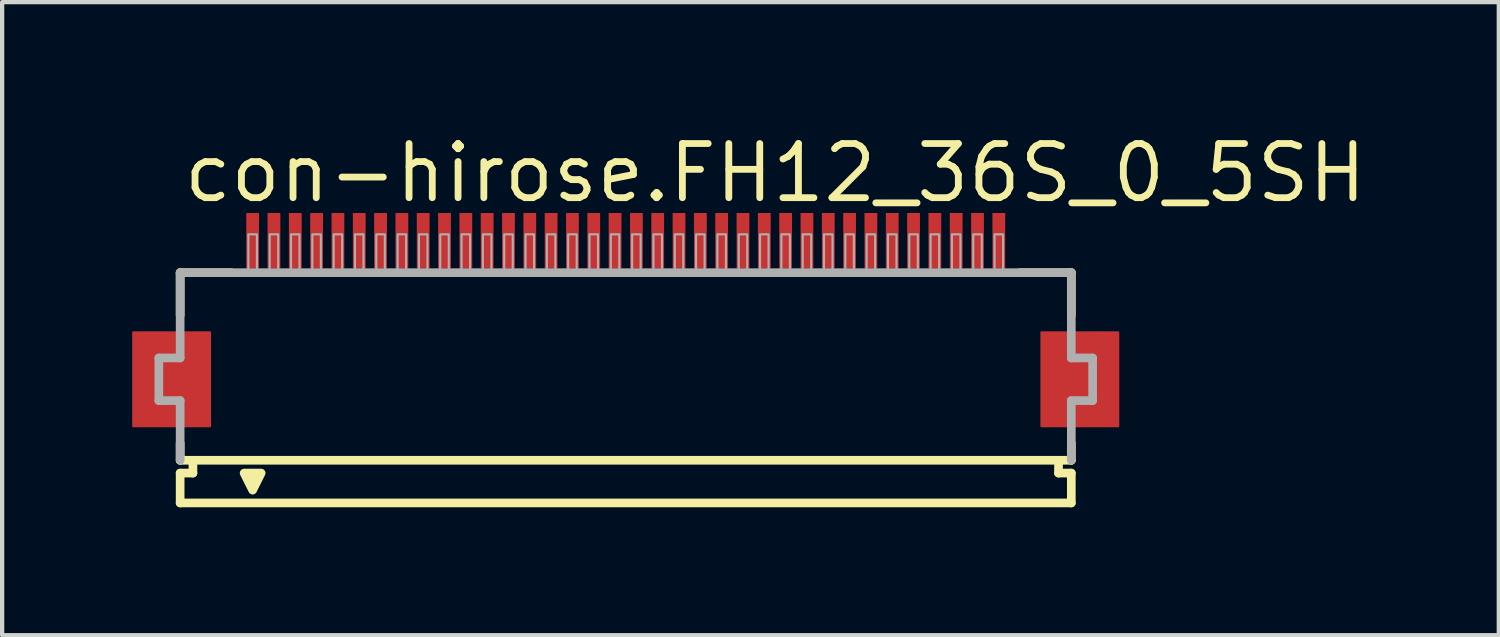
<source format=kicad_pcb>
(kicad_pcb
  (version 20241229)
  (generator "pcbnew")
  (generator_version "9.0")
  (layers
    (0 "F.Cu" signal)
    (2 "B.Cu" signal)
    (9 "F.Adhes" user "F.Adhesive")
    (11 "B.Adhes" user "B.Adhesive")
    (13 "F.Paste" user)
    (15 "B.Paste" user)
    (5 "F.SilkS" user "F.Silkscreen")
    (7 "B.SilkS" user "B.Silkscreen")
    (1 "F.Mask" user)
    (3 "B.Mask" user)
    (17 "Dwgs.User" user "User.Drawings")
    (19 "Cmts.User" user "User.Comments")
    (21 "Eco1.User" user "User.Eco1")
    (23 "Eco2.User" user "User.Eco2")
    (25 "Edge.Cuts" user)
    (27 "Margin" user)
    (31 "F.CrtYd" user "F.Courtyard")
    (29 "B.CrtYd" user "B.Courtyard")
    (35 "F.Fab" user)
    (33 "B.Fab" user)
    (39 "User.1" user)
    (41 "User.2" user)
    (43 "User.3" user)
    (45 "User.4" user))
  (footprint "con-hirose.FH12_36S_0_5SH"
    (layer "F.Cu")
    (at 11.625 5.845)
    (property "Reference" "con-hirose.FH12_36S_0_5SH" (at -10.448 -4.095 0) (layer "F.SilkS") (effects (font (size 1.27 1.27) (thickness 0.16)) (justify left bottom)))
    (attr smd)
    (fp_rect (start -11.55 1.1) (end -9.75 -1.1) (stroke (width 0.05) (type default)) (fill yes) (layer "F.Cu"))
    (fp_rect (start 9.75 1.1) (end 11.55 -1.1) (stroke (width 0.05) (type default)) (fill yes) (layer "F.Cu"))
    (fp_rect (start -11.6 1.175) (end -9.7 -1.175) (stroke (width 0.05) (type default)) (fill yes) (layer "F.Mask"))
    (fp_rect (start -8.95 -2.55) (end -8.55 -3.95) (stroke (width 0.05) (type default)) (fill yes) (layer "F.Mask"))
    (fp_rect (start -8.45 -2.55) (end -8.05 -3.95) (stroke (width 0.05) (type default)) (fill yes) (layer "F.Mask"))
    (fp_rect (start -7.95 -2.55) (end -7.55 -3.95) (stroke (width 0.05) (type default)) (fill yes) (layer "F.Mask"))
    (fp_rect (start -7.45 -2.55) (end -7.05 -3.95) (stroke (width 0.05) (type default)) (fill yes) (layer "F.Mask"))
    (fp_rect (start -6.95 -2.55) (end -6.55 -3.95) (stroke (width 0.05) (type default)) (fill yes) (layer "F.Mask"))
    (fp_rect (start -6.45 -2.55) (end -6.05 -3.95) (stroke (width 0.05) (type default)) (fill yes) (layer "F.Mask"))
    (fp_rect (start -5.95 -2.55) (end -5.55 -3.95) (stroke (width 0.05) (type default)) (fill yes) (layer "F.Mask"))
    (fp_rect (start -5.45 -2.55) (end -5.05 -3.95) (stroke (width 0.05) (type default)) (fill yes) (layer "F.Mask"))
    (fp_rect (start -4.95 -2.55) (end -4.55 -3.95) (stroke (width 0.05) (type default)) (fill yes) (layer "F.Mask"))
    (fp_rect (start -4.45 -2.55) (end -4.05 -3.95) (stroke (width 0.05) (type default)) (fill yes) (layer "F.Mask"))
    (fp_rect (start -3.95 -2.55) (end -3.55 -3.95) (stroke (width 0.05) (type default)) (fill yes) (layer "F.Mask"))
    (fp_rect (start -3.45 -2.55) (end -3.05 -3.95) (stroke (width 0.05) (type default)) (fill yes) (layer "F.Mask"))
    (fp_rect (start -2.95 -2.55) (end -2.55 -3.95) (stroke (width 0.05) (type default)) (fill yes) (layer "F.Mask"))
    (fp_rect (start -2.45 -2.55) (end -2.05 -3.95) (stroke (width 0.05) (type default)) (fill yes) (layer "F.Mask"))
    (fp_rect (start -1.95 -2.55) (end -1.55 -3.95) (stroke (width 0.05) (type default)) (fill yes) (layer "F.Mask"))
    (fp_rect (start -1.45 -2.55) (end -1.05 -3.95) (stroke (width 0.05) (type default)) (fill yes) (layer "F.Mask"))
    (fp_rect (start -0.95 -2.55) (end -0.55 -3.95) (stroke (width 0.05) (type default)) (fill yes) (layer "F.Mask"))
    (fp_rect (start -0.45 -2.55) (end -0.05 -3.95) (stroke (width 0.05) (type default)) (fill yes) (layer "F.Mask"))
    (fp_rect (start 0.05 -2.55) (end 0.45 -3.95) (stroke (width 0.05) (type default)) (fill yes) (layer "F.Mask"))
    (fp_rect (start 0.55 -2.55) (end 0.95 -3.95) (stroke (width 0.05) (type default)) (fill yes) (layer "F.Mask"))
    (fp_rect (start 1.05 -2.55) (end 1.45 -3.95) (stroke (width 0.05) (type default)) (fill yes) (layer "F.Mask"))
    (fp_rect (start 1.55 -2.55) (end 1.95 -3.95) (stroke (width 0.05) (type default)) (fill yes) (layer "F.Mask"))
    (fp_rect (start 2.05 -2.55) (end 2.45 -3.95) (stroke (width 0.05) (type default)) (fill yes) (layer "F.Mask"))
    (fp_rect (start 2.55 -2.55) (end 2.95 -3.95) (stroke (width 0.05) (type default)) (fill yes) (layer "F.Mask"))
    (fp_rect (start 3.05 -2.55) (end 3.45 -3.95) (stroke (width 0.05) (type default)) (fill yes) (layer "F.Mask"))
    (fp_rect (start 3.55 -2.55) (end 3.95 -3.95) (stroke (width 0.05) (type default)) (fill yes) (layer "F.Mask"))
    (fp_rect (start 4.05 -2.55) (end 4.45 -3.95) (stroke (width 0.05) (type default)) (fill yes) (layer "F.Mask"))
    (fp_rect (start 4.55 -2.55) (end 4.95 -3.95) (stroke (width 0.05) (type default)) (fill yes) (layer "F.Mask"))
    (fp_rect (start 5.05 -2.55) (end 5.45 -3.95) (stroke (width 0.05) (type default)) (fill yes) (layer "F.Mask"))
    (fp_rect (start 5.55 -2.55) (end 5.95 -3.95) (stroke (width 0.05) (type default)) (fill yes) (layer "F.Mask"))
    (fp_rect (start 6.05 -2.55) (end 6.45 -3.95) (stroke (width 0.05) (type default)) (fill yes) (layer "F.Mask"))
    (fp_rect (start 6.55 -2.55) (end 6.95 -3.95) (stroke (width 0.05) (type default)) (fill yes) (layer "F.Mask"))
    (fp_rect (start 7.05 -2.55) (end 7.45 -3.95) (stroke (width 0.05) (type default)) (fill yes) (layer "F.Mask"))
    (fp_rect (start 7.55 -2.55) (end 7.95 -3.95) (stroke (width 0.05) (type default)) (fill yes) (layer "F.Mask"))
    (fp_rect (start 8.05 -2.55) (end 8.45 -3.95) (stroke (width 0.05) (type default)) (fill yes) (layer "F.Mask"))
    (fp_rect (start 8.55 -2.55) (end 8.95 -3.95) (stroke (width 0.05) (type default)) (fill yes) (layer "F.Mask"))
    (fp_rect (start 9.7 1.175) (end 11.6 -1.175) (stroke (width 0.05) (type default)) (fill yes) (layer "F.Mask"))
    (fp_line (start -10.45 -2.5) (end -10.45 -1.5) (stroke (width 0.203) (type default)) (layer "F.SilkS"))
    (fp_line (start -10.45 1.5) (end -10.45 1.9) (stroke (width 0.203) (type default)) (layer "F.SilkS"))
    (fp_line (start -10.45 1.9) (end -10.15 1.9) (stroke (width 0.203) (type default)) (layer "F.SilkS"))
    (fp_line (start -10.45 2.2) (end -10.45 2.9) (stroke (width 0.203) (type default)) (layer "F.SilkS"))
    (fp_line (start -10.15 1.9) (end -10.15 2.2) (stroke (width 0.203) (type default)) (layer "F.SilkS"))
    (fp_line (start -10.15 2.2) (end -10.45 2.2) (stroke (width 0.203) (type default)) (layer "F.SilkS"))
    (fp_line (start -9.25 -2.5) (end -10.45 -2.5) (stroke (width 0.203) (type default)) (layer "F.SilkS"))
    (fp_line (start 10.15 1.9) (end -10.15 1.9) (stroke (width 0.203) (type default)) (layer "F.SilkS"))
    (fp_line (start 10.15 1.9) (end 10.45 1.9) (stroke (width 0.203) (type default)) (layer "F.SilkS"))
    (fp_line (start 10.15 2.2) (end 10.15 1.9) (stroke (width 0.203) (type default)) (layer "F.SilkS"))
    (fp_line (start 10.45 -2.5) (end 9.25 -2.5) (stroke (width 0.203) (type default)) (layer "F.SilkS"))
    (fp_line (start 10.45 -1.5) (end 10.45 -2.5) (stroke (width 0.203) (type default)) (layer "F.SilkS"))
    (fp_line (start 10.45 1.9) (end 10.45 1.5) (stroke (width 0.203) (type default)) (layer "F.SilkS"))
    (fp_line (start 10.45 2.2) (end 10.15 2.2) (stroke (width 0.203) (type default)) (layer "F.SilkS"))
    (fp_line (start 10.45 2.9) (end -10.45 2.9) (stroke (width 0.203) (type default)) (layer "F.SilkS"))
    (fp_line (start 10.45 2.9) (end 10.45 2.2) (stroke (width 0.203) (type default)) (layer "F.SilkS"))
    (fp_poly (pts (xy -8.95 2.2) (xy -8.75 2.6) (xy -8.55 2.2)) (stroke (width 0.203) (type default)) (fill yes) (layer "F.SilkS"))
    (fp_rect (start -11.475 1.025) (end -9.825 -1.025) (stroke (width 0.05) (type default)) (fill yes) (layer "F.Paste"))
    (fp_rect (start -8.875 -2.625) (end -8.625 -3.875) (stroke (width 0.05) (type default)) (fill yes) (layer "F.Paste"))
    (fp_rect (start -8.375 -2.625) (end -8.125 -3.875) (stroke (width 0.05) (type default)) (fill yes) (layer "F.Paste"))
    (fp_rect (start -7.875 -2.625) (end -7.625 -3.875) (stroke (width 0.05) (type default)) (fill yes) (layer "F.Paste"))
    (fp_rect (start -7.375 -2.625) (end -7.125 -3.875) (stroke (width 0.05) (type default)) (fill yes) (layer "F.Paste"))
    (fp_rect (start -6.875 -2.625) (end -6.625 -3.875) (stroke (width 0.05) (type default)) (fill yes) (layer "F.Paste"))
    (fp_rect (start -6.375 -2.625) (end -6.125 -3.875) (stroke (width 0.05) (type default)) (fill yes) (layer "F.Paste"))
    (fp_rect (start -5.875 -2.625) (end -5.625 -3.875) (stroke (width 0.05) (type default)) (fill yes) (layer "F.Paste"))
    (fp_rect (start -5.375 -2.625) (end -5.125 -3.875) (stroke (width 0.05) (type default)) (fill yes) (layer "F.Paste"))
    (fp_rect (start -4.875 -2.625) (end -4.625 -3.875) (stroke (width 0.05) (type default)) (fill yes) (layer "F.Paste"))
    (fp_rect (start -4.375 -2.625) (end -4.125 -3.875) (stroke (width 0.05) (type default)) (fill yes) (layer "F.Paste"))
    (fp_rect (start -3.875 -2.625) (end -3.625 -3.875) (stroke (width 0.05) (type default)) (fill yes) (layer "F.Paste"))
    (fp_rect (start -3.375 -2.625) (end -3.125 -3.875) (stroke (width 0.05) (type default)) (fill yes) (layer "F.Paste"))
    (fp_rect (start -2.875 -2.625) (end -2.625 -3.875) (stroke (width 0.05) (type default)) (fill yes) (layer "F.Paste"))
    (fp_rect (start -2.375 -2.625) (end -2.125 -3.875) (stroke (width 0.05) (type default)) (fill yes) (layer "F.Paste"))
    (fp_rect (start -1.875 -2.625) (end -1.625 -3.875) (stroke (width 0.05) (type default)) (fill yes) (layer "F.Paste"))
    (fp_rect (start -1.375 -2.625) (end -1.125 -3.875) (stroke (width 0.05) (type default)) (fill yes) (layer "F.Paste"))
    (fp_rect (start -0.875 -2.625) (end -0.625 -3.875) (stroke (width 0.05) (type default)) (fill yes) (layer "F.Paste"))
    (fp_rect (start -0.375 -2.625) (end -0.125 -3.875) (stroke (width 0.05) (type default)) (fill yes) (layer "F.Paste"))
    (fp_rect (start 0.125 -2.625) (end 0.375 -3.875) (stroke (width 0.05) (type default)) (fill yes) (layer "F.Paste"))
    (fp_rect (start 0.625 -2.625) (end 0.875 -3.875) (stroke (width 0.05) (type default)) (fill yes) (layer "F.Paste"))
    (fp_rect (start 1.125 -2.625) (end 1.375 -3.875) (stroke (width 0.05) (type default)) (fill yes) (layer "F.Paste"))
    (fp_rect (start 1.625 -2.625) (end 1.875 -3.875) (stroke (width 0.05) (type default)) (fill yes) (layer "F.Paste"))
    (fp_rect (start 2.125 -2.625) (end 2.375 -3.875) (stroke (width 0.05) (type default)) (fill yes) (layer "F.Paste"))
    (fp_rect (start 2.625 -2.625) (end 2.875 -3.875) (stroke (width 0.05) (type default)) (fill yes) (layer "F.Paste"))
    (fp_rect (start 3.125 -2.625) (end 3.375 -3.875) (stroke (width 0.05) (type default)) (fill yes) (layer "F.Paste"))
    (fp_rect (start 3.625 -2.625) (end 3.875 -3.875) (stroke (width 0.05) (type default)) (fill yes) (layer "F.Paste"))
    (fp_rect (start 4.125 -2.625) (end 4.375 -3.875) (stroke (width 0.05) (type default)) (fill yes) (layer "F.Paste"))
    (fp_rect (start 4.625 -2.625) (end 4.875 -3.875) (stroke (width 0.05) (type default)) (fill yes) (layer "F.Paste"))
    (fp_rect (start 5.125 -2.625) (end 5.375 -3.875) (stroke (width 0.05) (type default)) (fill yes) (layer "F.Paste"))
    (fp_rect (start 5.625 -2.625) (end 5.875 -3.875) (stroke (width 0.05) (type default)) (fill yes) (layer "F.Paste"))
    (fp_rect (start 6.125 -2.625) (end 6.375 -3.875) (stroke (width 0.05) (type default)) (fill yes) (layer "F.Paste"))
    (fp_rect (start 6.625 -2.625) (end 6.875 -3.875) (stroke (width 0.05) (type default)) (fill yes) (layer "F.Paste"))
    (fp_rect (start 7.125 -2.625) (end 7.375 -3.875) (stroke (width 0.05) (type default)) (fill yes) (layer "F.Paste"))
    (fp_rect (start 7.625 -2.625) (end 7.875 -3.875) (stroke (width 0.05) (type default)) (fill yes) (layer "F.Paste"))
    (fp_rect (start 8.125 -2.625) (end 8.375 -3.875) (stroke (width 0.05) (type default)) (fill yes) (layer "F.Paste"))
    (fp_rect (start 8.625 -2.625) (end 8.875 -3.875) (stroke (width 0.05) (type default)) (fill yes) (layer "F.Paste"))
    (fp_rect (start 9.825 1.025) (end 11.475 -1.025) (stroke (width 0.05) (type default)) (fill yes) (layer "F.Paste"))
    (fp_line (start -10.95 -0.5) (end -10.95 0.5) (stroke (width 0.203) (type default)) (layer "F.Fab"))
    (fp_line (start -10.95 0.5) (end -10.45 0.5) (stroke (width 0.203) (type default)) (layer "F.Fab"))
    (fp_line (start -10.45 -2.5) (end -10.45 -0.5) (stroke (width 0.203) (type default)) (layer "F.Fab"))
    (fp_line (start -10.45 -0.5) (end -10.95 -0.5) (stroke (width 0.203) (type default)) (layer "F.Fab"))
    (fp_line (start -10.45 0.5) (end -10.45 1.9) (stroke (width 0.203) (type default)) (layer "F.Fab"))
    (fp_line (start 10.45 -2.5) (end -10.45 -2.5) (stroke (width 0.203) (type default)) (layer "F.Fab"))
    (fp_line (start 10.45 -0.5) (end 10.45 -2.5) (stroke (width 0.203) (type default)) (layer "F.Fab"))
    (fp_line (start 10.45 0.5) (end 10.95 0.5) (stroke (width 0.203) (type default)) (layer "F.Fab"))
    (fp_line (start 10.45 1.9) (end 10.45 0.5) (stroke (width 0.203) (type default)) (layer "F.Fab"))
    (fp_line (start 10.95 -0.5) (end 10.45 -0.5) (stroke (width 0.203) (type default)) (layer "F.Fab"))
    (fp_line (start 10.95 0.5) (end 10.95 -0.5) (stroke (width 0.203) (type default)) (layer "F.Fab"))
    (fp_rect (start -8.85 -2.55) (end -8.65 -3.4) (stroke (width 0.05) (type default)) (fill no) (layer "F.Fab"))
    (fp_rect (start -8.35 -2.55) (end -8.15 -3.4) (stroke (width 0.05) (type default)) (fill no) (layer "F.Fab"))
    (fp_rect (start -7.85 -2.55) (end -7.65 -3.4) (stroke (width 0.05) (type default)) (fill no) (layer "F.Fab"))
    (fp_rect (start -7.35 -2.55) (end -7.15 -3.4) (stroke (width 0.05) (type default)) (fill no) (layer "F.Fab"))
    (fp_rect (start -6.85 -2.55) (end -6.65 -3.4) (stroke (width 0.05) (type default)) (fill no) (layer "F.Fab"))
    (fp_rect (start -6.35 -2.55) (end -6.15 -3.4) (stroke (width 0.05) (type default)) (fill no) (layer "F.Fab"))
    (fp_rect (start -5.85 -2.55) (end -5.65 -3.4) (stroke (width 0.05) (type default)) (fill no) (layer "F.Fab"))
    (fp_rect (start -5.35 -2.55) (end -5.15 -3.4) (stroke (width 0.05) (type default)) (fill no) (layer "F.Fab"))
    (fp_rect (start -4.85 -2.55) (end -4.65 -3.4) (stroke (width 0.05) (type default)) (fill no) (layer "F.Fab"))
    (fp_rect (start -4.35 -2.55) (end -4.15 -3.4) (stroke (width 0.05) (type default)) (fill no) (layer "F.Fab"))
    (fp_rect (start -3.85 -2.55) (end -3.65 -3.4) (stroke (width 0.05) (type default)) (fill no) (layer "F.Fab"))
    (fp_rect (start -3.35 -2.55) (end -3.15 -3.4) (stroke (width 0.05) (type default)) (fill no) (layer "F.Fab"))
    (fp_rect (start -2.85 -2.55) (end -2.65 -3.4) (stroke (width 0.05) (type default)) (fill no) (layer "F.Fab"))
    (fp_rect (start -2.35 -2.55) (end -2.15 -3.4) (stroke (width 0.05) (type default)) (fill no) (layer "F.Fab"))
    (fp_rect (start -1.85 -2.55) (end -1.65 -3.4) (stroke (width 0.05) (type default)) (fill no) (layer "F.Fab"))
    (fp_rect (start -1.35 -2.55) (end -1.15 -3.4) (stroke (width 0.05) (type default)) (fill no) (layer "F.Fab"))
    (fp_rect (start -0.85 -2.55) (end -0.65 -3.4) (stroke (width 0.05) (type default)) (fill no) (layer "F.Fab"))
    (fp_rect (start -0.35 -2.55) (end -0.15 -3.4) (stroke (width 0.05) (type default)) (fill no) (layer "F.Fab"))
    (fp_rect (start 0.15 -2.55) (end 0.35 -3.4) (stroke (width 0.05) (type default)) (fill no) (layer "F.Fab"))
    (fp_rect (start 0.65 -2.55) (end 0.85 -3.4) (stroke (width 0.05) (type default)) (fill no) (layer "F.Fab"))
    (fp_rect (start 1.15 -2.55) (end 1.35 -3.4) (stroke (width 0.05) (type default)) (fill no) (layer "F.Fab"))
    (fp_rect (start 1.65 -2.55) (end 1.85 -3.4) (stroke (width 0.05) (type default)) (fill no) (layer "F.Fab"))
    (fp_rect (start 2.15 -2.55) (end 2.35 -3.4) (stroke (width 0.05) (type default)) (fill no) (layer "F.Fab"))
    (fp_rect (start 2.65 -2.55) (end 2.85 -3.4) (stroke (width 0.05) (type default)) (fill no) (layer "F.Fab"))
    (fp_rect (start 3.15 -2.55) (end 3.35 -3.4) (stroke (width 0.05) (type default)) (fill no) (layer "F.Fab"))
    (fp_rect (start 3.65 -2.55) (end 3.85 -3.4) (stroke (width 0.05) (type default)) (fill no) (layer "F.Fab"))
    (fp_rect (start 4.15 -2.55) (end 4.35 -3.4) (stroke (width 0.05) (type default)) (fill no) (layer "F.Fab"))
    (fp_rect (start 4.65 -2.55) (end 4.85 -3.4) (stroke (width 0.05) (type default)) (fill no) (layer "F.Fab"))
    (fp_rect (start 5.15 -2.55) (end 5.35 -3.4) (stroke (width 0.05) (type default)) (fill no) (layer "F.Fab"))
    (fp_rect (start 5.65 -2.55) (end 5.85 -3.4) (stroke (width 0.05) (type default)) (fill no) (layer "F.Fab"))
    (fp_rect (start 6.15 -2.55) (end 6.35 -3.4) (stroke (width 0.05) (type default)) (fill no) (layer "F.Fab"))
    (fp_rect (start 6.65 -2.55) (end 6.85 -3.4) (stroke (width 0.05) (type default)) (fill no) (layer "F.Fab"))
    (fp_rect (start 7.15 -2.55) (end 7.35 -3.4) (stroke (width 0.05) (type default)) (fill no) (layer "F.Fab"))
    (fp_rect (start 7.65 -2.55) (end 7.85 -3.4) (stroke (width 0.05) (type default)) (fill no) (layer "F.Fab"))
    (fp_rect (start 8.15 -2.55) (end 8.35 -3.4) (stroke (width 0.05) (type default)) (fill no) (layer "F.Fab"))
    (fp_rect (start 8.65 -2.55) (end 8.85 -3.4) (stroke (width 0.05) (type default)) (fill no) (layer "F.Fab"))
    (pad "1" smd roundrect (at -8.75 -3.25) (size 0.3 1.3) (layers "F.Cu" "F.Mask" "F.Paste") (roundrect_rratio 0.01))
    (pad "2" smd roundrect (at -8.25 -3.25) (size 0.3 1.3) (layers "F.Cu" "F.Mask" "F.Paste") (roundrect_rratio 0.01))
    (pad "3" smd roundrect (at -7.75 -3.25) (size 0.3 1.3) (layers "F.Cu" "F.Mask" "F.Paste") (roundrect_rratio 0.01))
    (pad "4" smd roundrect (at -7.25 -3.25) (size 0.3 1.3) (layers "F.Cu" "F.Mask" "F.Paste") (roundrect_rratio 0.01))
    (pad "5" smd roundrect (at -6.75 -3.25) (size 0.3 1.3) (layers "F.Cu" "F.Mask" "F.Paste") (roundrect_rratio 0.01))
    (pad "6" smd roundrect (at -6.25 -3.25) (size 0.3 1.3) (layers "F.Cu" "F.Mask" "F.Paste") (roundrect_rratio 0.01))
    (pad "7" smd roundrect (at -5.75 -3.25) (size 0.3 1.3) (layers "F.Cu" "F.Mask" "F.Paste") (roundrect_rratio 0.01))
    (pad "8" smd roundrect (at -5.25 -3.25) (size 0.3 1.3) (layers "F.Cu" "F.Mask" "F.Paste") (roundrect_rratio 0.01))
    (pad "9" smd roundrect (at -4.75 -3.25) (size 0.3 1.3) (layers "F.Cu" "F.Mask" "F.Paste") (roundrect_rratio 0.01))
    (pad "10" smd roundrect (at -4.25 -3.25) (size 0.3 1.3) (layers "F.Cu" "F.Mask" "F.Paste") (roundrect_rratio 0.01))
    (pad "11" smd roundrect (at -3.75 -3.25) (size 0.3 1.3) (layers "F.Cu" "F.Mask" "F.Paste") (roundrect_rratio 0.01))
    (pad "12" smd roundrect (at -3.25 -3.25) (size 0.3 1.3) (layers "F.Cu" "F.Mask" "F.Paste") (roundrect_rratio 0.01))
    (pad "13" smd roundrect (at -2.75 -3.25) (size 0.3 1.3) (layers "F.Cu" "F.Mask" "F.Paste") (roundrect_rratio 0.01))
    (pad "14" smd roundrect (at -2.25 -3.25) (size 0.3 1.3) (layers "F.Cu" "F.Mask" "F.Paste") (roundrect_rratio 0.01))
    (pad "15" smd roundrect (at -1.75 -3.25) (size 0.3 1.3) (layers "F.Cu" "F.Mask" "F.Paste") (roundrect_rratio 0.01))
    (pad "16" smd roundrect (at -1.25 -3.25) (size 0.3 1.3) (layers "F.Cu" "F.Mask" "F.Paste") (roundrect_rratio 0.01))
    (pad "17" smd roundrect (at -0.75 -3.25) (size 0.3 1.3) (layers "F.Cu" "F.Mask" "F.Paste") (roundrect_rratio 0.01))
    (pad "18" smd roundrect (at -0.25 -3.25) (size 0.3 1.3) (layers "F.Cu" "F.Mask" "F.Paste") (roundrect_rratio 0.01))
    (pad "19" smd roundrect (at 0.25 -3.25) (size 0.3 1.3) (layers "F.Cu" "F.Mask" "F.Paste") (roundrect_rratio 0.01))
    (pad "20" smd roundrect (at 0.75 -3.25) (size 0.3 1.3) (layers "F.Cu" "F.Mask" "F.Paste") (roundrect_rratio 0.01))
    (pad "21" smd roundrect (at 1.25 -3.25) (size 0.3 1.3) (layers "F.Cu" "F.Mask" "F.Paste") (roundrect_rratio 0.01))
    (pad "22" smd roundrect (at 1.75 -3.25) (size 0.3 1.3) (layers "F.Cu" "F.Mask" "F.Paste") (roundrect_rratio 0.01))
    (pad "23" smd roundrect (at 2.25 -3.25) (size 0.3 1.3) (layers "F.Cu" "F.Mask" "F.Paste") (roundrect_rratio 0.01))
    (pad "24" smd roundrect (at 2.75 -3.25) (size 0.3 1.3) (layers "F.Cu" "F.Mask" "F.Paste") (roundrect_rratio 0.01))
    (pad "25" smd roundrect (at 3.25 -3.25) (size 0.3 1.3) (layers "F.Cu" "F.Mask" "F.Paste") (roundrect_rratio 0.01))
    (pad "26" smd roundrect (at 3.75 -3.25) (size 0.3 1.3) (layers "F.Cu" "F.Mask" "F.Paste") (roundrect_rratio 0.01))
    (pad "27" smd roundrect (at 4.25 -3.25) (size 0.3 1.3) (layers "F.Cu" "F.Mask" "F.Paste") (roundrect_rratio 0.01))
    (pad "28" smd roundrect (at 4.75 -3.25) (size 0.3 1.3) (layers "F.Cu" "F.Mask" "F.Paste") (roundrect_rratio 0.01))
    (pad "29" smd roundrect (at 5.25 -3.25) (size 0.3 1.3) (layers "F.Cu" "F.Mask" "F.Paste") (roundrect_rratio 0.01))
    (pad "30" smd roundrect (at 5.75 -3.25) (size 0.3 1.3) (layers "F.Cu" "F.Mask" "F.Paste") (roundrect_rratio 0.01))
    (pad "31" smd roundrect (at 6.25 -3.25) (size 0.3 1.3) (layers "F.Cu" "F.Mask" "F.Paste") (roundrect_rratio 0.01))
    (pad "32" smd roundrect (at 6.75 -3.25) (size 0.3 1.3) (layers "F.Cu" "F.Mask" "F.Paste") (roundrect_rratio 0.01))
    (pad "33" smd roundrect (at 7.25 -3.25) (size 0.3 1.3) (layers "F.Cu" "F.Mask" "F.Paste") (roundrect_rratio 0.01))
    (pad "34" smd roundrect (at 7.75 -3.25) (size 0.3 1.3) (layers "F.Cu" "F.Mask" "F.Paste") (roundrect_rratio 0.01))
    (pad "35" smd roundrect (at 8.25 -3.25) (size 0.3 1.3) (layers "F.Cu" "F.Mask" "F.Paste") (roundrect_rratio 0.01))
    (pad "36" smd roundrect (at 8.75 -3.25) (size 0.3 1.3) (layers "F.Cu" "F.Mask" "F.Paste") (roundrect_rratio 0.01)))
  (gr_rect
    (start -3 -3)
    (end 32.101 11.847)
    (stroke (width 0.1) (type default))
    (fill no)
    (layer "Edge.Cuts")))
</source>
